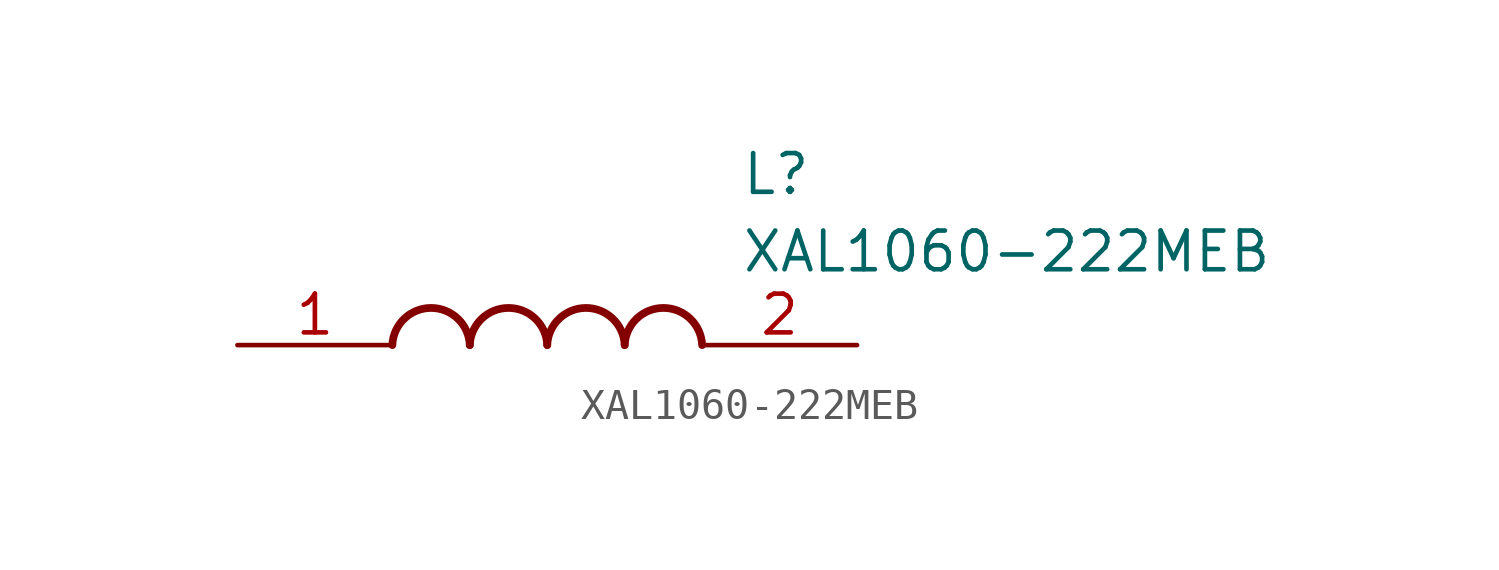
<source format=kicad_sym>
(kicad_symbol_lib
  (version 20211014)
  (generator SamacSys_ECAD_Model)
  (symbol "XAL1060-222MEB"
    (pin_names hide)
    (property "Reference" "L"
      (at 16.51 6.35 0)
      (effects (font (size 1.27 1.27)) (justify left top)))
    (property "Value" "XAL1060-222MEB"
      (at 16.51 3.81 0)
      (effects (font (size 1.27 1.27)) (justify left top)))
    (arc
      (start 7.62 0)
      (mid 6.35 1.219)
      (end 5.08 0)
      (stroke (width 0.254) (type default))
      (fill (type none)))
    (arc
      (start 10.16 0)
      (mid 8.89 1.219)
      (end 7.62 0)
      (stroke (width 0.254) (type default))
      (fill (type none)))
    (arc
      (start 12.7 0)
      (mid 11.43 1.219)
      (end 10.16 0)
      (stroke (width 0.254) (type default))
      (fill (type none)))
    (arc
      (start 15.24 0)
      (mid 13.97 1.219)
      (end 12.7 0)
      (stroke (width 0.254) (type default))
      (fill (type none)))
    (pin passive line
      (at 0 0 0)
      (length 5.08)
      (name "1" (effects (font (size 1.27 1.27))))
      (number "1" (effects (font (size 1.27 1.27)))))
    (pin passive line
      (at 20.32 0 180)
      (length 5.08)
      (name "2" (effects (font (size 1.27 1.27))))
      (number "2" (effects (font (size 1.27 1.27)))))))
</source>
